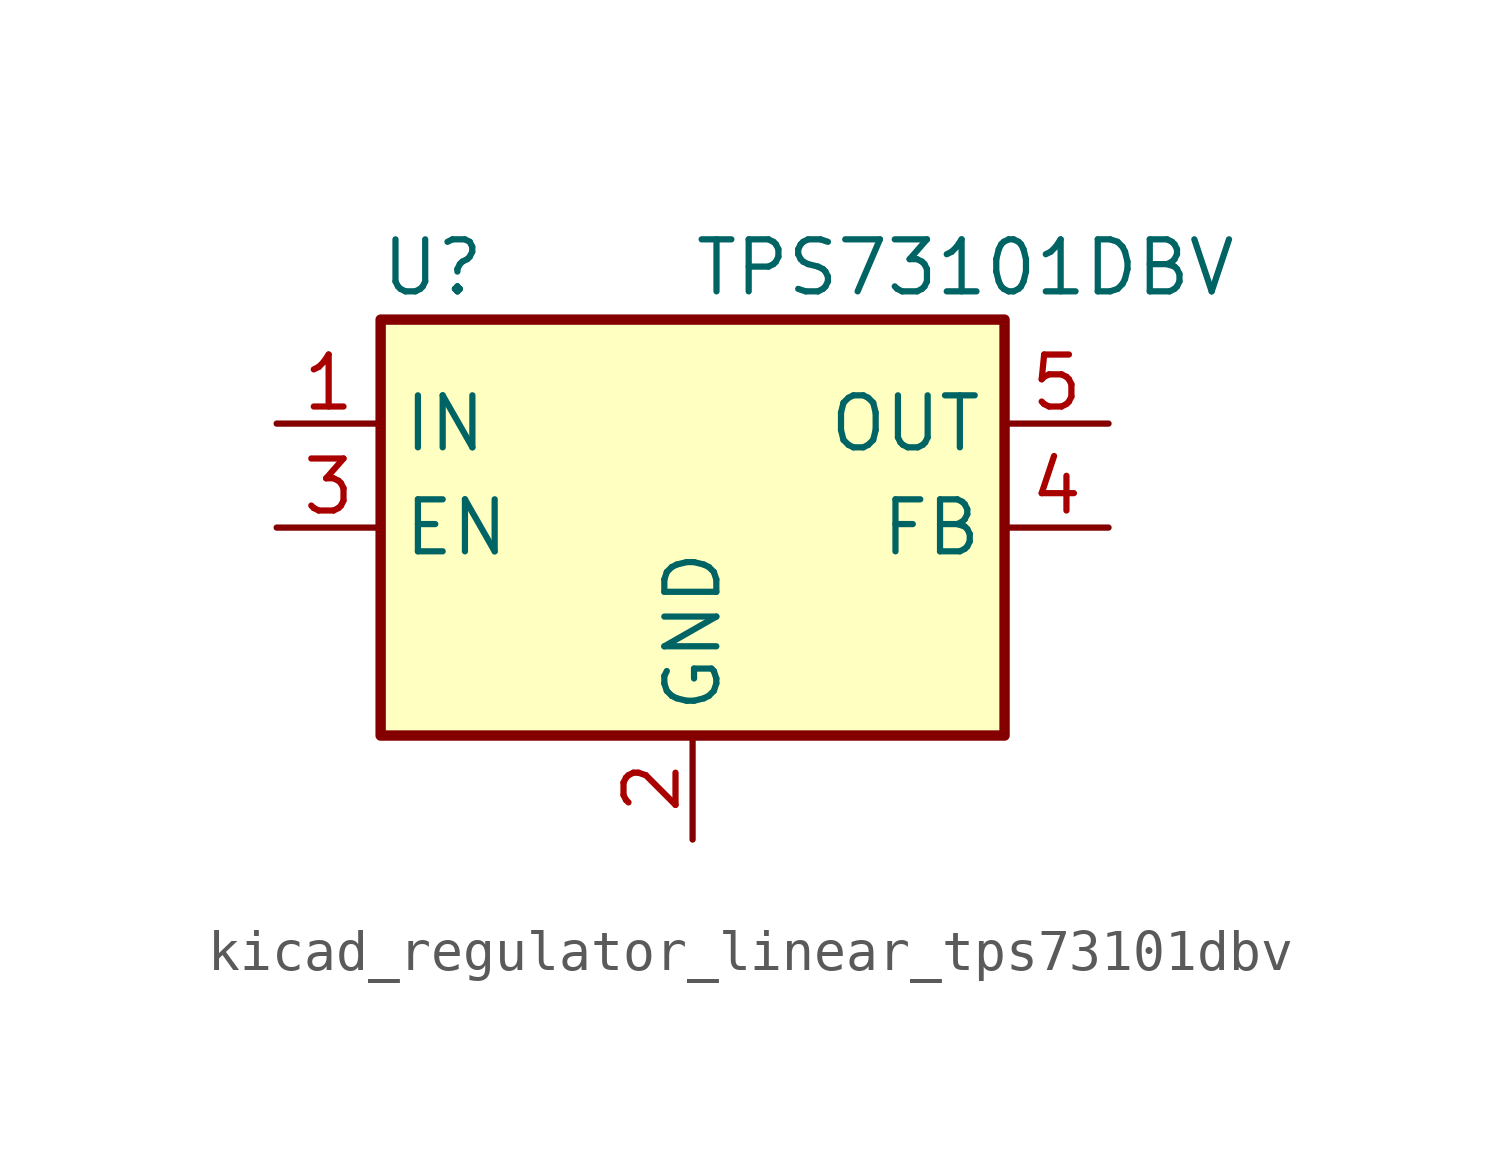
<source format=kicad_sym>
(kicad_symbol_lib
  (version 20220914)
  (generator kicad_symbol_editor)
  (symbol "kicad_regulator_linear_tps73101dbv"
    (property "Reference" "U"
      (at -6.35 6.35 0)
      (effects (font (size 1.27 1.27))))
    (property "Value" "TPS73101DBV"
      (at 0 6.35 0)
      (effects (font (size 1.27 1.27)) (justify left)))
    (symbol "kicad_regulator_linear_tps73101dbv_0_1"
      (rectangle (start -7.62 -5.08) (end 7.62 5.08) (stroke (width 0.254) (type default)) (fill (type background))))
    (symbol "kicad_regulator_linear_tps73101dbv_1_1"
      (pin power_in line (at -10.16 2.54 0) (length 2.54) (name "IN" (effects (font (size 1.27 1.27)))) (number "1" (effects (font (size 1.27 1.27)))))
      (pin power_in line (at 0 -7.62 90) (length 2.54) (name "GND" (effects (font (size 1.27 1.27)))) (number "2" (effects (font (size 1.27 1.27)))))
      (pin input line (at -10.16 0 0) (length 2.54) (name "EN" (effects (font (size 1.27 1.27)))) (number "3" (effects (font (size 1.27 1.27)))))
      (pin input line (at 10.16 0 180) (length 2.54) (name "FB" (effects (font (size 1.27 1.27)))) (number "4" (effects (font (size 1.27 1.27)))))
      (pin power_out line (at 10.16 2.54 180) (length 2.54) (name "OUT" (effects (font (size 1.27 1.27)))) (number "5" (effects (font (size 1.27 1.27))))))))
</source>
